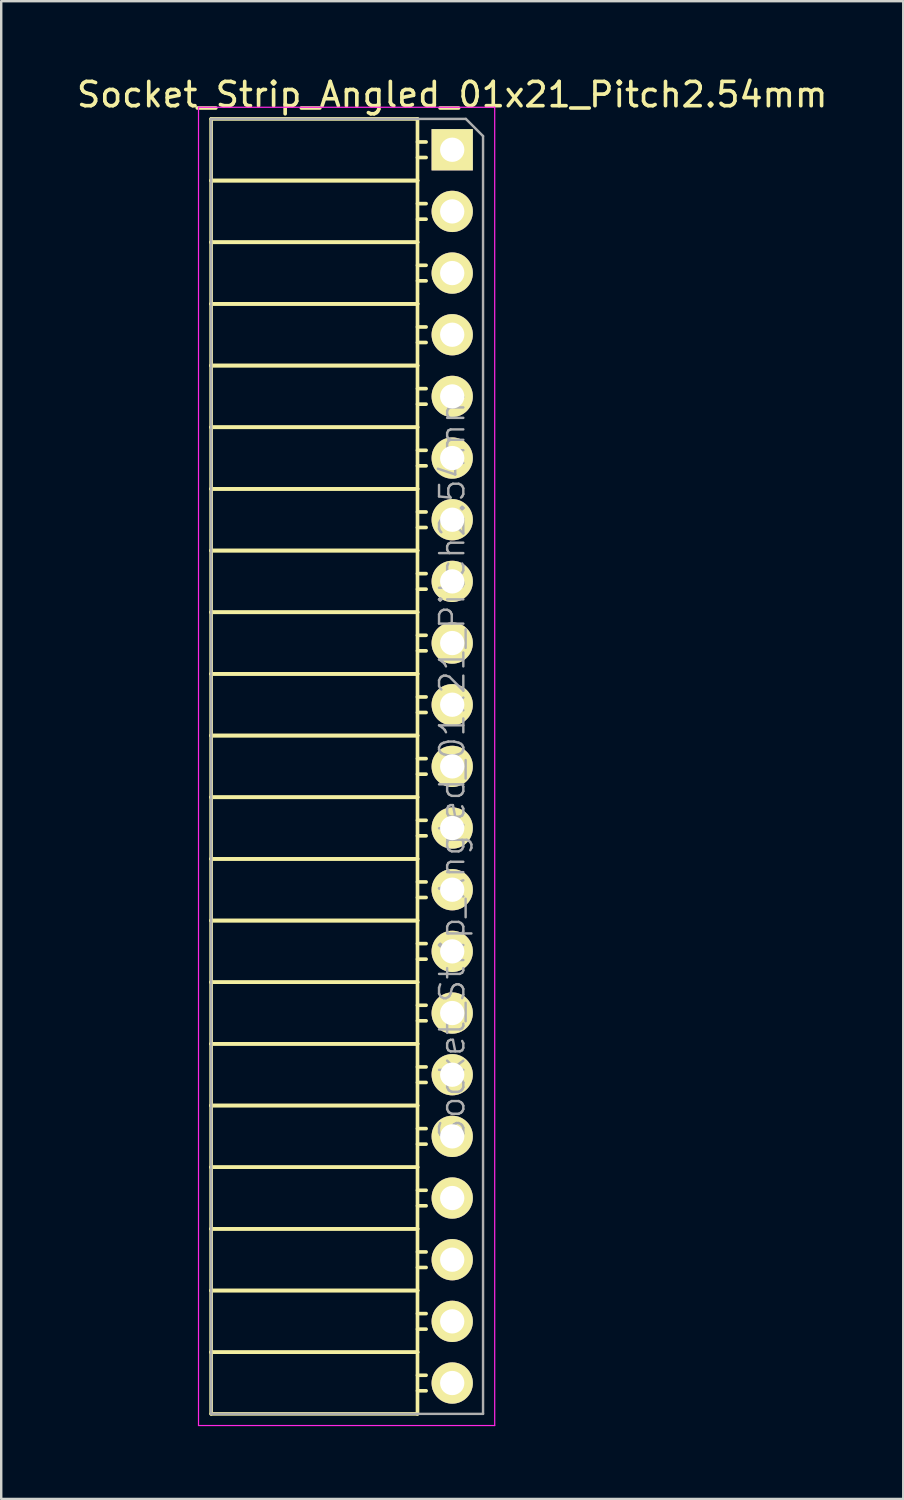
<source format=kicad_pcb>
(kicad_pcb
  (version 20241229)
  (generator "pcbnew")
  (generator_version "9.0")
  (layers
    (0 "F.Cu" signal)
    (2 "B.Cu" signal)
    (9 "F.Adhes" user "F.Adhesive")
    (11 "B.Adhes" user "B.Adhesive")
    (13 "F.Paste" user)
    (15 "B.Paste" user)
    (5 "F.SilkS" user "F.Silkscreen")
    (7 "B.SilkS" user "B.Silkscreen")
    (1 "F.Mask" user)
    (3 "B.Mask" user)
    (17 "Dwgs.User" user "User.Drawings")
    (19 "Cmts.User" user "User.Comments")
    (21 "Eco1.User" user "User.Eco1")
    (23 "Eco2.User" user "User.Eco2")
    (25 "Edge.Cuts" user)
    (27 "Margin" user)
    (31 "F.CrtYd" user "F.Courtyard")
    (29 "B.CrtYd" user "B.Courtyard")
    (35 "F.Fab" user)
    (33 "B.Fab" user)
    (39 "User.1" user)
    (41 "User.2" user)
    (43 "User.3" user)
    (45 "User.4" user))
  (footprint "Socket_Strip_Angled_01x21_Pitch2.54mm"
    (layer "F.Cu")
    (at 15.577 3.118)
    (property "Reference" "Socket_Strip_Angled_01x21_Pitch2.54mm" (at 0 -2.27 0) (layer "F.SilkS") (effects (font (size 1 1) (thickness 0.15))))
    (attr smd)
    (fp_line (start -9.93 -1.27) (end -9.93 1.27) (stroke (width 0.15) (type solid)) (layer "F.SilkS"))
    (fp_line (start -9.93 -1.27) (end -1.43 -1.27) (stroke (width 0.15) (type solid)) (layer "F.SilkS"))
    (fp_line (start -9.93 1.27) (end -9.93 3.81) (stroke (width 0.15) (type solid)) (layer "F.SilkS"))
    (fp_line (start -9.93 1.27) (end -1.43 1.27) (stroke (width 0.15) (type solid)) (layer "F.SilkS"))
    (fp_line (start -9.93 1.27) (end -1.43 1.27) (stroke (width 0.15) (type solid)) (layer "F.SilkS"))
    (fp_line (start -9.93 3.81) (end -9.93 6.35) (stroke (width 0.15) (type solid)) (layer "F.SilkS"))
    (fp_line (start -9.93 3.81) (end -1.43 3.81) (stroke (width 0.15) (type solid)) (layer "F.SilkS"))
    (fp_line (start -9.93 3.81) (end -1.43 3.81) (stroke (width 0.15) (type solid)) (layer "F.SilkS"))
    (fp_line (start -9.93 6.35) (end -9.93 8.89) (stroke (width 0.15) (type solid)) (layer "F.SilkS"))
    (fp_line (start -9.93 6.35) (end -1.43 6.35) (stroke (width 0.15) (type solid)) (layer "F.SilkS"))
    (fp_line (start -9.93 6.35) (end -1.43 6.35) (stroke (width 0.15) (type solid)) (layer "F.SilkS"))
    (fp_line (start -9.93 8.89) (end -9.93 11.43) (stroke (width 0.15) (type solid)) (layer "F.SilkS"))
    (fp_line (start -9.93 8.89) (end -1.43 8.89) (stroke (width 0.15) (type solid)) (layer "F.SilkS"))
    (fp_line (start -9.93 8.89) (end -1.43 8.89) (stroke (width 0.15) (type solid)) (layer "F.SilkS"))
    (fp_line (start -9.93 11.43) (end -9.93 13.97) (stroke (width 0.15) (type solid)) (layer "F.SilkS"))
    (fp_line (start -9.93 11.43) (end -1.43 11.43) (stroke (width 0.15) (type solid)) (layer "F.SilkS"))
    (fp_line (start -9.93 11.43) (end -1.43 11.43) (stroke (width 0.15) (type solid)) (layer "F.SilkS"))
    (fp_line (start -9.93 13.97) (end -9.93 16.51) (stroke (width 0.15) (type solid)) (layer "F.SilkS"))
    (fp_line (start -9.93 13.97) (end -1.43 13.97) (stroke (width 0.15) (type solid)) (layer "F.SilkS"))
    (fp_line (start -9.93 13.97) (end -1.43 13.97) (stroke (width 0.15) (type solid)) (layer "F.SilkS"))
    (fp_line (start -9.93 16.51) (end -9.93 19.05) (stroke (width 0.15) (type solid)) (layer "F.SilkS"))
    (fp_line (start -9.93 16.51) (end -1.43 16.51) (stroke (width 0.15) (type solid)) (layer "F.SilkS"))
    (fp_line (start -9.93 16.51) (end -1.43 16.51) (stroke (width 0.15) (type solid)) (layer "F.SilkS"))
    (fp_line (start -9.93 19.05) (end -9.93 21.59) (stroke (width 0.15) (type solid)) (layer "F.SilkS"))
    (fp_line (start -9.93 19.05) (end -1.43 19.05) (stroke (width 0.15) (type solid)) (layer "F.SilkS"))
    (fp_line (start -9.93 19.05) (end -1.43 19.05) (stroke (width 0.15) (type solid)) (layer "F.SilkS"))
    (fp_line (start -9.93 21.59) (end -9.93 24.13) (stroke (width 0.15) (type solid)) (layer "F.SilkS"))
    (fp_line (start -9.93 21.59) (end -1.43 21.59) (stroke (width 0.15) (type solid)) (layer "F.SilkS"))
    (fp_line (start -9.93 21.59) (end -1.43 21.59) (stroke (width 0.15) (type solid)) (layer "F.SilkS"))
    (fp_line (start -9.93 24.13) (end -9.93 26.67) (stroke (width 0.15) (type solid)) (layer "F.SilkS"))
    (fp_line (start -9.93 24.13) (end -1.43 24.13) (stroke (width 0.15) (type solid)) (layer "F.SilkS"))
    (fp_line (start -9.93 24.13) (end -1.43 24.13) (stroke (width 0.15) (type solid)) (layer "F.SilkS"))
    (fp_line (start -9.93 26.67) (end -9.93 29.21) (stroke (width 0.15) (type solid)) (layer "F.SilkS"))
    (fp_line (start -9.93 26.67) (end -1.43 26.67) (stroke (width 0.15) (type solid)) (layer "F.SilkS"))
    (fp_line (start -9.93 26.67) (end -1.43 26.67) (stroke (width 0.15) (type solid)) (layer "F.SilkS"))
    (fp_line (start -9.93 29.21) (end -9.93 31.75) (stroke (width 0.15) (type solid)) (layer "F.SilkS"))
    (fp_line (start -9.93 29.21) (end -1.43 29.21) (stroke (width 0.15) (type solid)) (layer "F.SilkS"))
    (fp_line (start -9.93 29.21) (end -1.43 29.21) (stroke (width 0.15) (type solid)) (layer "F.SilkS"))
    (fp_line (start -9.93 31.75) (end -9.93 34.29) (stroke (width 0.15) (type solid)) (layer "F.SilkS"))
    (fp_line (start -9.93 31.75) (end -1.43 31.75) (stroke (width 0.15) (type solid)) (layer "F.SilkS"))
    (fp_line (start -9.93 31.75) (end -1.43 31.75) (stroke (width 0.15) (type solid)) (layer "F.SilkS"))
    (fp_line (start -9.93 34.29) (end -9.93 36.83) (stroke (width 0.15) (type solid)) (layer "F.SilkS"))
    (fp_line (start -9.93 34.29) (end -1.43 34.29) (stroke (width 0.15) (type solid)) (layer "F.SilkS"))
    (fp_line (start -9.93 34.29) (end -1.43 34.29) (stroke (width 0.15) (type solid)) (layer "F.SilkS"))
    (fp_line (start -9.93 36.83) (end -9.93 39.37) (stroke (width 0.15) (type solid)) (layer "F.SilkS"))
    (fp_line (start -9.93 36.83) (end -1.43 36.83) (stroke (width 0.15) (type solid)) (layer "F.SilkS"))
    (fp_line (start -9.93 36.83) (end -1.43 36.83) (stroke (width 0.15) (type solid)) (layer "F.SilkS"))
    (fp_line (start -9.93 39.37) (end -9.93 41.91) (stroke (width 0.15) (type solid)) (layer "F.SilkS"))
    (fp_line (start -9.93 39.37) (end -1.43 39.37) (stroke (width 0.15) (type solid)) (layer "F.SilkS"))
    (fp_line (start -9.93 39.37) (end -1.43 39.37) (stroke (width 0.15) (type solid)) (layer "F.SilkS"))
    (fp_line (start -9.93 41.91) (end -9.93 44.45) (stroke (width 0.15) (type solid)) (layer "F.SilkS"))
    (fp_line (start -9.93 41.91) (end -1.43 41.91) (stroke (width 0.15) (type solid)) (layer "F.SilkS"))
    (fp_line (start -9.93 41.91) (end -1.43 41.91) (stroke (width 0.15) (type solid)) (layer "F.SilkS"))
    (fp_line (start -9.93 44.45) (end -9.93 46.99) (stroke (width 0.15) (type solid)) (layer "F.SilkS"))
    (fp_line (start -9.93 44.45) (end -1.43 44.45) (stroke (width 0.15) (type solid)) (layer "F.SilkS"))
    (fp_line (start -9.93 44.45) (end -1.43 44.45) (stroke (width 0.15) (type solid)) (layer "F.SilkS"))
    (fp_line (start -9.93 46.99) (end -9.93 49.53) (stroke (width 0.15) (type solid)) (layer "F.SilkS"))
    (fp_line (start -9.93 46.99) (end -1.43 46.99) (stroke (width 0.15) (type solid)) (layer "F.SilkS"))
    (fp_line (start -9.93 46.99) (end -1.43 46.99) (stroke (width 0.15) (type solid)) (layer "F.SilkS"))
    (fp_line (start -9.93 49.53) (end -9.93 52.07) (stroke (width 0.15) (type solid)) (layer "F.SilkS"))
    (fp_line (start -9.93 49.53) (end -1.43 49.53) (stroke (width 0.15) (type solid)) (layer "F.SilkS"))
    (fp_line (start -9.93 49.53) (end -1.43 49.53) (stroke (width 0.15) (type solid)) (layer "F.SilkS"))
    (fp_line (start -9.93 52.07) (end -1.43 52.07) (stroke (width 0.15) (type solid)) (layer "F.SilkS"))
    (fp_line (start -1.43 -1.27) (end -1.43 1.27) (stroke (width 0.15) (type solid)) (layer "F.SilkS"))
    (fp_line (start -1.43 -0.32) (end -1.075 -0.32) (stroke (width 0.15) (type solid)) (layer "F.SilkS"))
    (fp_line (start -1.43 0.32) (end -1.075 0.32) (stroke (width 0.15) (type solid)) (layer "F.SilkS"))
    (fp_line (start -1.43 1.27) (end -1.43 3.81) (stroke (width 0.15) (type solid)) (layer "F.SilkS"))
    (fp_line (start -1.43 2.22) (end -1.075 2.22) (stroke (width 0.15) (type solid)) (layer "F.SilkS"))
    (fp_line (start -1.43 2.86) (end -1.075 2.86) (stroke (width 0.15) (type solid)) (layer "F.SilkS"))
    (fp_line (start -1.43 3.81) (end -1.43 6.35) (stroke (width 0.15) (type solid)) (layer "F.SilkS"))
    (fp_line (start -1.43 4.76) (end -1.075 4.76) (stroke (width 0.15) (type solid)) (layer "F.SilkS"))
    (fp_line (start -1.43 5.4) (end -1.075 5.4) (stroke (width 0.15) (type solid)) (layer "F.SilkS"))
    (fp_line (start -1.43 6.35) (end -1.43 8.89) (stroke (width 0.15) (type solid)) (layer "F.SilkS"))
    (fp_line (start -1.43 7.3) (end -1.075 7.3) (stroke (width 0.15) (type solid)) (layer "F.SilkS"))
    (fp_line (start -1.43 7.94) (end -1.075 7.94) (stroke (width 0.15) (type solid)) (layer "F.SilkS"))
    (fp_line (start -1.43 8.89) (end -1.43 11.43) (stroke (width 0.15) (type solid)) (layer "F.SilkS"))
    (fp_line (start -1.43 9.84) (end -1.075 9.84) (stroke (width 0.15) (type solid)) (layer "F.SilkS"))
    (fp_line (start -1.43 10.48) (end -1.075 10.48) (stroke (width 0.15) (type solid)) (layer "F.SilkS"))
    (fp_line (start -1.43 11.43) (end -1.43 13.97) (stroke (width 0.15) (type solid)) (layer "F.SilkS"))
    (fp_line (start -1.43 12.38) (end -1.075 12.38) (stroke (width 0.15) (type solid)) (layer "F.SilkS"))
    (fp_line (start -1.43 13.02) (end -1.075 13.02) (stroke (width 0.15) (type solid)) (layer "F.SilkS"))
    (fp_line (start -1.43 13.97) (end -1.43 16.51) (stroke (width 0.15) (type solid)) (layer "F.SilkS"))
    (fp_line (start -1.43 14.92) (end -1.075 14.92) (stroke (width 0.15) (type solid)) (layer "F.SilkS"))
    (fp_line (start -1.43 15.56) (end -1.075 15.56) (stroke (width 0.15) (type solid)) (layer "F.SilkS"))
    (fp_line (start -1.43 16.51) (end -1.43 19.05) (stroke (width 0.15) (type solid)) (layer "F.SilkS"))
    (fp_line (start -1.43 17.46) (end -1.075 17.46) (stroke (width 0.15) (type solid)) (layer "F.SilkS"))
    (fp_line (start -1.43 18.1) (end -1.075 18.1) (stroke (width 0.15) (type solid)) (layer "F.SilkS"))
    (fp_line (start -1.43 19.05) (end -1.43 21.59) (stroke (width 0.15) (type solid)) (layer "F.SilkS"))
    (fp_line (start -1.43 20) (end -1.075 20) (stroke (width 0.15) (type solid)) (layer "F.SilkS"))
    (fp_line (start -1.43 20.64) (end -1.075 20.64) (stroke (width 0.15) (type solid)) (layer "F.SilkS"))
    (fp_line (start -1.43 21.59) (end -1.43 24.13) (stroke (width 0.15) (type solid)) (layer "F.SilkS"))
    (fp_line (start -1.43 22.54) (end -1.075 22.54) (stroke (width 0.15) (type solid)) (layer "F.SilkS"))
    (fp_line (start -1.43 23.18) (end -1.075 23.18) (stroke (width 0.15) (type solid)) (layer "F.SilkS"))
    (fp_line (start -1.43 24.13) (end -1.43 26.67) (stroke (width 0.15) (type solid)) (layer "F.SilkS"))
    (fp_line (start -1.43 25.08) (end -1.075 25.08) (stroke (width 0.15) (type solid)) (layer "F.SilkS"))
    (fp_line (start -1.43 25.72) (end -1.075 25.72) (stroke (width 0.15) (type solid)) (layer "F.SilkS"))
    (fp_line (start -1.43 26.67) (end -1.43 29.21) (stroke (width 0.15) (type solid)) (layer "F.SilkS"))
    (fp_line (start -1.43 27.62) (end -1.075 27.62) (stroke (width 0.15) (type solid)) (layer "F.SilkS"))
    (fp_line (start -1.43 28.26) (end -1.075 28.26) (stroke (width 0.15) (type solid)) (layer "F.SilkS"))
    (fp_line (start -1.43 29.21) (end -1.43 31.75) (stroke (width 0.15) (type solid)) (layer "F.SilkS"))
    (fp_line (start -1.43 30.16) (end -1.075 30.16) (stroke (width 0.15) (type solid)) (layer "F.SilkS"))
    (fp_line (start -1.43 30.8) (end -1.075 30.8) (stroke (width 0.15) (type solid)) (layer "F.SilkS"))
    (fp_line (start -1.43 31.75) (end -1.43 34.29) (stroke (width 0.15) (type solid)) (layer "F.SilkS"))
    (fp_line (start -1.43 32.7) (end -1.075 32.7) (stroke (width 0.15) (type solid)) (layer "F.SilkS"))
    (fp_line (start -1.43 33.34) (end -1.075 33.34) (stroke (width 0.15) (type solid)) (layer "F.SilkS"))
    (fp_line (start -1.43 34.29) (end -1.43 36.83) (stroke (width 0.15) (type solid)) (layer "F.SilkS"))
    (fp_line (start -1.43 35.24) (end -1.075 35.24) (stroke (width 0.15) (type solid)) (layer "F.SilkS"))
    (fp_line (start -1.43 35.88) (end -1.075 35.88) (stroke (width 0.15) (type solid)) (layer "F.SilkS"))
    (fp_line (start -1.43 36.83) (end -1.43 39.37) (stroke (width 0.15) (type solid)) (layer "F.SilkS"))
    (fp_line (start -1.43 37.78) (end -1.075 37.78) (stroke (width 0.15) (type solid)) (layer "F.SilkS"))
    (fp_line (start -1.43 38.42) (end -1.075 38.42) (stroke (width 0.15) (type solid)) (layer "F.SilkS"))
    (fp_line (start -1.43 39.37) (end -1.43 41.91) (stroke (width 0.15) (type solid)) (layer "F.SilkS"))
    (fp_line (start -1.43 40.32) (end -1.075 40.32) (stroke (width 0.15) (type solid)) (layer "F.SilkS"))
    (fp_line (start -1.43 40.96) (end -1.075 40.96) (stroke (width 0.15) (type solid)) (layer "F.SilkS"))
    (fp_line (start -1.43 41.91) (end -1.43 44.45) (stroke (width 0.15) (type solid)) (layer "F.SilkS"))
    (fp_line (start -1.43 42.86) (end -1.075 42.86) (stroke (width 0.15) (type solid)) (layer "F.SilkS"))
    (fp_line (start -1.43 43.5) (end -1.075 43.5) (stroke (width 0.15) (type solid)) (layer "F.SilkS"))
    (fp_line (start -1.43 44.45) (end -1.43 46.99) (stroke (width 0.15) (type solid)) (layer "F.SilkS"))
    (fp_line (start -1.43 45.4) (end -1.075 45.4) (stroke (width 0.15) (type solid)) (layer "F.SilkS"))
    (fp_line (start -1.43 46.04) (end -1.075 46.04) (stroke (width 0.15) (type solid)) (layer "F.SilkS"))
    (fp_line (start -1.43 46.99) (end -1.43 49.53) (stroke (width 0.15) (type solid)) (layer "F.SilkS"))
    (fp_line (start -1.43 47.94) (end -1.075 47.94) (stroke (width 0.15) (type solid)) (layer "F.SilkS"))
    (fp_line (start -1.43 48.58) (end -1.075 48.58) (stroke (width 0.15) (type solid)) (layer "F.SilkS"))
    (fp_line (start -1.43 49.53) (end -1.43 52.07) (stroke (width 0.15) (type solid)) (layer "F.SilkS"))
    (fp_line (start -1.43 50.48) (end -1.075 50.48) (stroke (width 0.15) (type solid)) (layer "F.SilkS"))
    (fp_line (start -1.43 51.12) (end -1.075 51.12) (stroke (width 0.15) (type solid)) (layer "F.SilkS"))
    (fp_line (start -10.45 -1.75) (end 1.75 -1.75) (stroke (width 0.05) (type solid)) (layer "F.CrtYd"))
    (fp_line (start -10.45 52.55) (end -10.45 -1.75) (stroke (width 0.05) (type solid)) (layer "F.CrtYd"))
    (fp_line (start -10.45 52.55) (end 1.75 52.55) (stroke (width 0.05) (type solid)) (layer "F.CrtYd"))
    (fp_line (start 1.75 52.55) (end 1.75 -1.75) (stroke (width 0.05) (type solid)) (layer "F.CrtYd"))
    (fp_line (start -9.93 -1.27) (end 0.563 -1.27) (stroke (width 0.1) (type solid)) (layer "F.Fab"))
    (fp_line (start -9.93 52.07) (end -9.93 -1.27) (stroke (width 0.1) (type solid)) (layer "F.Fab"))
    (fp_line (start -9.93 52.07) (end 1.27 52.07) (stroke (width 0.1) (type solid)) (layer "F.Fab"))
    (fp_line (start 1.27 -0.563) (end 0.563 -1.27) (stroke (width 0.1) (type solid)) (layer "F.Fab"))
    (fp_line (start 1.27 52.07) (end 1.27 -0.563) (stroke (width 0.1) (type solid)) (layer "F.Fab"))
    (fp_text user "${REFERENCE}" (at 0 25.4 90) (layer "F.Fab") (effects (font (size 1 1) (thickness 0.1))))
    (pad "1" thru_hole rect (at 0 0) (size 1.7 1.7) (drill 1) (layers "*.Cu" "*.Mask" "F.SilkS"))
    (pad "2" thru_hole oval (at 0 2.54) (size 1.7 1.7) (drill 1) (layers "*.Cu" "*.Mask" "F.SilkS"))
    (pad "3" thru_hole oval (at 0 5.08) (size 1.7 1.7) (drill 1) (layers "*.Cu" "*.Mask" "F.SilkS"))
    (pad "4" thru_hole oval (at 0 7.62) (size 1.7 1.7) (drill 1) (layers "*.Cu" "*.Mask" "F.SilkS"))
    (pad "5" thru_hole oval (at 0 10.16) (size 1.7 1.7) (drill 1) (layers "*.Cu" "*.Mask" "F.SilkS"))
    (pad "6" thru_hole oval (at 0 12.7) (size 1.7 1.7) (drill 1) (layers "*.Cu" "*.Mask" "F.SilkS"))
    (pad "7" thru_hole oval (at 0 15.24) (size 1.7 1.7) (drill 1) (layers "*.Cu" "*.Mask" "F.SilkS"))
    (pad "8" thru_hole oval (at 0 17.78) (size 1.7 1.7) (drill 1) (layers "*.Cu" "*.Mask" "F.SilkS"))
    (pad "9" thru_hole oval (at 0 20.32) (size 1.7 1.7) (drill 1) (layers "*.Cu" "*.Mask" "F.SilkS"))
    (pad "10" thru_hole oval (at 0 22.86) (size 1.7 1.7) (drill 1) (layers "*.Cu" "*.Mask" "F.SilkS"))
    (pad "11" thru_hole oval (at 0 25.4) (size 1.7 1.7) (drill 1) (layers "*.Cu" "*.Mask" "F.SilkS"))
    (pad "12" thru_hole oval (at 0 27.94) (size 1.7 1.7) (drill 1) (layers "*.Cu" "*.Mask" "F.SilkS"))
    (pad "13" thru_hole oval (at 0 30.48) (size 1.7 1.7) (drill 1) (layers "*.Cu" "*.Mask" "F.SilkS"))
    (pad "14" thru_hole oval (at 0 33.02) (size 1.7 1.7) (drill 1) (layers "*.Cu" "*.Mask" "F.SilkS"))
    (pad "15" thru_hole oval (at 0 35.56) (size 1.7 1.7) (drill 1) (layers "*.Cu" "*.Mask" "F.SilkS"))
    (pad "16" thru_hole oval (at 0 38.1) (size 1.7 1.7) (drill 1) (layers "*.Cu" "*.Mask" "F.SilkS"))
    (pad "17" thru_hole oval (at 0 40.64) (size 1.7 1.7) (drill 1) (layers "*.Cu" "*.Mask" "F.SilkS"))
    (pad "18" thru_hole oval (at 0 43.18) (size 1.7 1.7) (drill 1) (layers "*.Cu" "*.Mask" "F.SilkS"))
    (pad "19" thru_hole oval (at 0 45.72) (size 1.7 1.7) (drill 1) (layers "*.Cu" "*.Mask" "F.SilkS"))
    (pad "20" thru_hole oval (at 0 48.26) (size 1.7 1.7) (drill 1) (layers "*.Cu" "*.Mask" "F.SilkS"))
    (pad "21" thru_hole oval (at 0 50.8) (size 1.7 1.7) (drill 1) (layers "*.Cu" "*.Mask" "F.SilkS")))
  (gr_rect
    (start -3 -3)
    (end 34.155 58.693)
    (stroke (width 0.1) (type default))
    (fill no)
    (layer "Edge.Cuts")))
</source>
